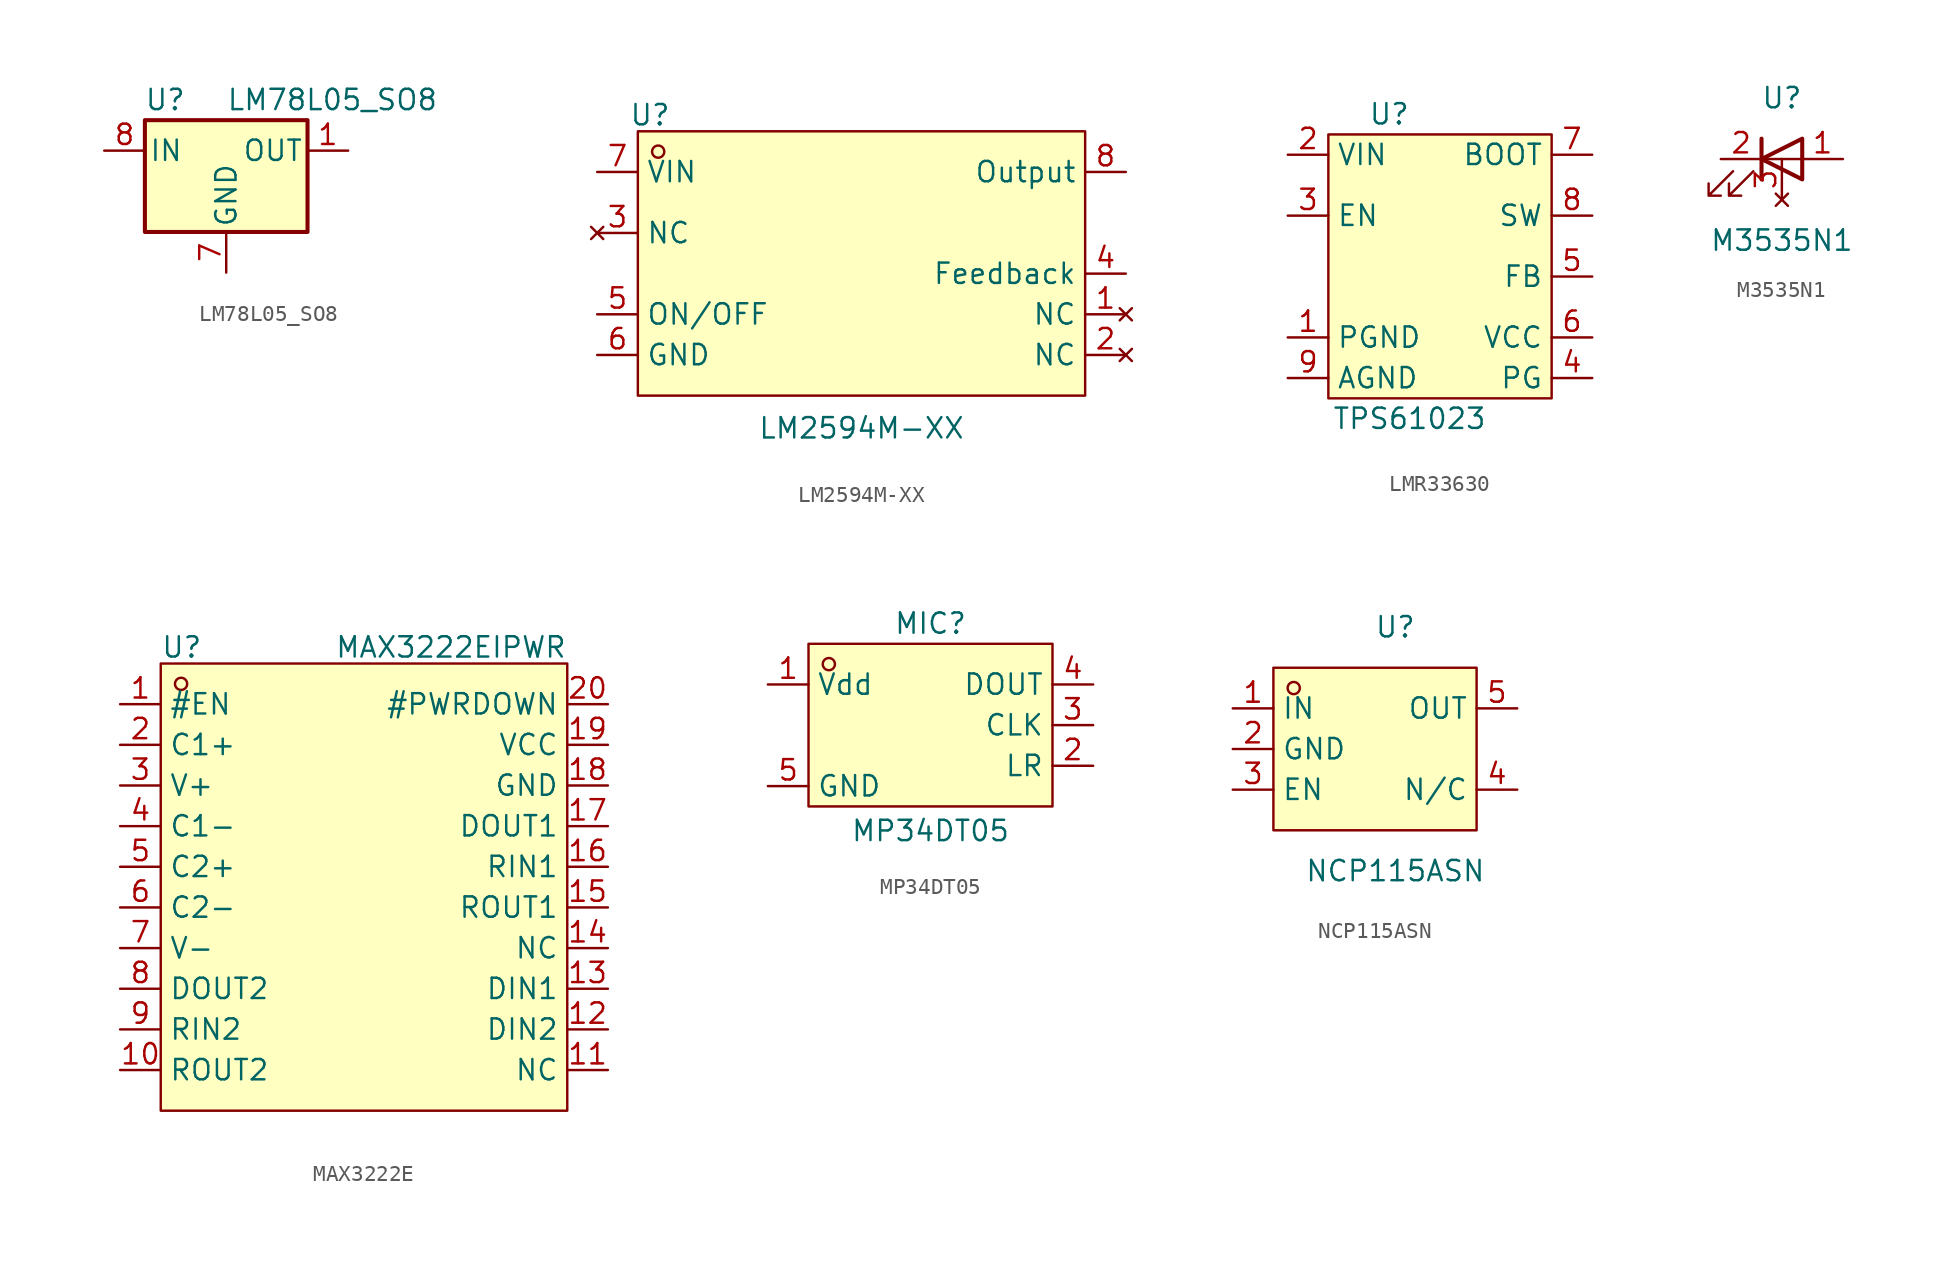
<source format=kicad_sym>
(kicad_symbol_lib
  (version 20241209)
  (generator "kicad_symbol_editor")
  (generator_version "9.0")
  (symbol "LM78L05_SO8"
    (pin_names
      (offset 0.254))
    (property "Reference" "U"
      (at -3.81 3.175 0)
      (effects (font (size 1.27 1.27))))
    (property "Value" "LM78L05_SO8"
      (at 0 3.175 0)
      (effects (font (size 1.27 1.27)) (justify left)))
    (symbol "LM78L05_SO8_0_1"
      (rectangle (start -5.08 1.905) (end 5.08 -5.08) (stroke (width 0.254) (type default)) (fill (type background))))
    (symbol "LM78L05_SO8_1_1"
      (pin power_in line (at -7.62 0 0) (length 2.54) (name "IN" (effects (font (size 1.27 1.27)))) (number "8" (effects (font (size 1.27 1.27)))))
      (pin no_connect line (at -5.08 -2.54 0) (length 2.54) (hide yes) (name "NC" (effects (font (size 1.27 1.27)))) (number "4" (effects (font (size 1.27 1.27)))))
      (pin passive line (at 0 -7.62 90) (length 2.54) (hide yes) (name "GND" (effects (font (size 1.27 1.27)))) (number "2" (effects (font (size 1.27 1.27)))))
      (pin passive line (at 0 -7.62 90) (length 2.54) (hide yes) (name "GND" (effects (font (size 1.27 1.27)))) (number "3" (effects (font (size 1.27 1.27)))))
      (pin passive line (at 0 -7.62 90) (length 2.54) (hide yes) (name "GND" (effects (font (size 1.27 1.27)))) (number "6" (effects (font (size 1.27 1.27)))))
      (pin power_in line (at 0 -7.62 90) (length 2.54) (name "GND" (effects (font (size 1.27 1.27)))) (number "7" (effects (font (size 1.27 1.27)))))
      (pin no_connect line (at 5.08 -2.54 180) (length 2.54) (hide yes) (name "NC" (effects (font (size 1.27 1.27)))) (number "5" (effects (font (size 1.27 1.27)))))
      (pin power_out line (at 7.62 0 180) (length 2.54) (name "OUT" (effects (font (size 1.27 1.27)))) (number "1" (effects (font (size 1.27 1.27)))))))
  (symbol "LM2594M-XX"
    (property "Reference" "U"
      (at -13.208 7.366 0)
      (effects (font (size 1.27 1.27))))
    (property "Value" "LM2594M-XX"
      (at 0 -12.192 0)
      (effects (font (size 1.27 1.27))))
    (symbol "LM2594M-XX_0_1"
      (rectangle (start -13.97 6.35) (end 13.97 -10.16) (stroke (width 0) (type default)) (fill (type background)))
      (circle (center -12.7 5.08) (radius 0.38) (stroke (width 0) (type default)) (fill (type none)))
      (pin no_connect line (at -16.51 0 0) (length 2.54) (name "NC" (effects (font (size 1.27 1.27)))) (number "3" (effects (font (size 1.27 1.27)))))
      (pin unspecified line (at -16.51 -5.08 0) (length 2.54) (name "ON/OFF" (effects (font (size 1.27 1.27)))) (number "5" (effects (font (size 1.27 1.27)))))
      (pin no_connect line (at 16.51 -5.08 180) (length 2.54) (name "NC" (effects (font (size 1.27 1.27)))) (number "1" (effects (font (size 1.27 1.27)))))
      (pin no_connect line (at 16.51 -7.62 180) (length 2.54) (name "NC" (effects (font (size 1.27 1.27)))) (number "2" (effects (font (size 1.27 1.27))))))
    (symbol "LM2594M-XX_1_1"
      (pin power_out line (at -16.51 3.81 0) (length 2.54) (name "VIN" (effects (font (size 1.27 1.27)))) (number "7" (effects (font (size 1.27 1.27)))))
      (pin passive line (at -16.51 -7.62 0) (length 2.54) (name "GND" (effects (font (size 1.27 1.27)))) (number "6" (effects (font (size 1.27 1.27)))))
      (pin power_out line (at 16.51 3.81 180) (length 2.54) (name "Output" (effects (font (size 1.27 1.27)))) (number "8" (effects (font (size 1.27 1.27)))))
      (pin passive line (at 16.51 -2.54 180) (length 2.54) (name "Feedback" (effects (font (size 1.27 1.27)))) (number "4" (effects (font (size 1.27 1.27)))))))
  (symbol "LMR33630"
    (property "Reference" "U"
      (at -2.54 6.35 0)
      (effects (font (size 1.27 1.27))))
    (property "Value" "TPS61023"
      (at -1.27 -12.7 0)
      (effects (font (size 1.27 1.27))))
    (symbol "LMR33630_0_1"
      (rectangle (start -6.35 5.08) (end 7.62 -11.43) (stroke (width 0) (type default)) (fill (type background))))
    (symbol "LMR33630_1_1"
      (pin power_in line (at -8.89 3.81 0) (length 2.54) (name "VIN" (effects (font (size 1.27 1.27)))) (number "2" (effects (font (size 1.27 1.27)))))
      (pin input line (at -8.89 0 0) (length 2.54) (name "EN" (effects (font (size 1.27 1.27)))) (number "3" (effects (font (size 1.27 1.27)))))
      (pin power_in line (at -8.89 -7.62 0) (length 2.54) (name "PGND" (effects (font (size 1.27 1.27)))) (number "1" (effects (font (size 1.27 1.27)))))
      (pin power_in line (at -8.89 -10.16 0) (length 2.54) (name "AGND" (effects (font (size 1.27 1.27)))) (number "9" (effects (font (size 1.27 1.27)))))
      (pin passive line (at 10.16 3.81 180) (length 2.54) (name "BOOT" (effects (font (size 1.27 1.27)))) (number "7" (effects (font (size 1.27 1.27)))))
      (pin passive line (at 10.16 0 180) (length 2.54) (name "SW" (effects (font (size 1.27 1.27)))) (number "8" (effects (font (size 1.27 1.27)))))
      (pin passive line (at 10.16 -3.81 180) (length 2.54) (name "FB" (effects (font (size 1.27 1.27)))) (number "5" (effects (font (size 1.27 1.27)))))
      (pin power_out line (at 10.16 -7.62 180) (length 2.54) (name "VCC" (effects (font (size 1.27 1.27)))) (number "6" (effects (font (size 1.27 1.27)))))
      (pin open_collector line (at 10.16 -10.16 180) (length 2.54) (name "PG" (effects (font (size 1.27 1.27)))) (number "4" (effects (font (size 1.27 1.27)))))))
  (symbol "M3535N1"
    (pin_names
      (hide yes))
    (property "Reference" "U"
      (at 0 3.81 0)
      (effects (font (size 1.27 1.27))))
    (property "Value" "M3535N1"
      (at 0 -5.08 0)
      (effects (font (size 1.27 1.27))))
    (symbol "M3535N1_0_1"
      (polyline (pts (xy -3.048 -0.762) (xy -4.572 -2.286) (xy -3.81 -2.286) (xy -4.572 -2.286) (xy -4.572 -1.524)) (stroke (width 0) (type default)) (fill (type none)))
      (polyline (pts (xy -1.778 -0.762) (xy -3.302 -2.286) (xy -2.54 -2.286) (xy -3.302 -2.286) (xy -3.302 -1.524)) (stroke (width 0) (type default)) (fill (type none)))
      (polyline (pts (xy -1.27 0) (xy 1.27 0)) (stroke (width 0) (type default)) (fill (type none)))
      (polyline (pts (xy -1.27 -1.27) (xy -1.27 1.27)) (stroke (width 0.254) (type default)) (fill (type none)))
      (polyline (pts (xy 1.27 -1.27) (xy 1.27 1.27) (xy -1.27 0) (xy 1.27 -1.27)) (stroke (width 0.254) (type default)) (fill (type none))))
    (symbol "M3535N1_1_1"
      (pin passive line (at -3.81 0 0) (length 2.54) (name "K" (effects (font (size 1.27 1.27)))) (number "2" (effects (font (size 1.27 1.27)))))
      (pin no_connect line (at 0 -2.54 90) (length 2.54) (name "A" (effects (font (size 1.27 1.27)))) (number "3" (effects (font (size 1.27 1.27)))))
      (pin passive line (at 3.81 0 180) (length 2.54) (name "A" (effects (font (size 1.27 1.27)))) (number "1" (effects (font (size 1.27 1.27)))))))
  (symbol "MAX3222E"
    (property "Reference" "U"
      (at -12.7 14.986 0)
      (effects (font (size 1.27 1.27)) (justify left)))
    (property "Value" "MAX3222EIPWR"
      (at 12.7 14.986 0)
      (effects (font (size 1.27 1.27)) (justify right)))
    (symbol "MAX3222E_0_1"
      (rectangle (start -12.7 13.97) (end 12.7 -13.97) (stroke (width 0) (type default)) (fill (type background)))
      (circle (center -11.43 12.7) (radius 0.38) (stroke (width 0) (type default)) (fill (type none)))
      (pin unspecified line (at -15.24 11.43 0) (length 2.54) (name "#EN" (effects (font (size 1.27 1.27)))) (number "1" (effects (font (size 1.27 1.27)))))
      (pin unspecified line (at -15.24 8.89 0) (length 2.54) (name "C1+" (effects (font (size 1.27 1.27)))) (number "2" (effects (font (size 1.27 1.27)))))
      (pin unspecified line (at -15.24 6.35 0) (length 2.54) (name "V+" (effects (font (size 1.27 1.27)))) (number "3" (effects (font (size 1.27 1.27)))))
      (pin unspecified line (at -15.24 3.81 0) (length 2.54) (name "C1−" (effects (font (size 1.27 1.27)))) (number "4" (effects (font (size 1.27 1.27)))))
      (pin unspecified line (at -15.24 1.27 0) (length 2.54) (name "C2+" (effects (font (size 1.27 1.27)))) (number "5" (effects (font (size 1.27 1.27)))))
      (pin unspecified line (at -15.24 -1.27 0) (length 2.54) (name "C2−" (effects (font (size 1.27 1.27)))) (number "6" (effects (font (size 1.27 1.27)))))
      (pin unspecified line (at -15.24 -3.81 0) (length 2.54) (name "V−" (effects (font (size 1.27 1.27)))) (number "7" (effects (font (size 1.27 1.27)))))
      (pin unspecified line (at -15.24 -6.35 0) (length 2.54) (name "DOUT2" (effects (font (size 1.27 1.27)))) (number "8" (effects (font (size 1.27 1.27)))))
      (pin unspecified line (at -15.24 -8.89 0) (length 2.54) (name "RIN2" (effects (font (size 1.27 1.27)))) (number "9" (effects (font (size 1.27 1.27)))))
      (pin unspecified line (at -15.24 -11.43 0) (length 2.54) (name "ROUT2" (effects (font (size 1.27 1.27)))) (number "10" (effects (font (size 1.27 1.27)))))
      (pin unspecified line (at 15.24 11.43 180) (length 2.54) (name "#PWRDOWN" (effects (font (size 1.27 1.27)))) (number "20" (effects (font (size 1.27 1.27)))))
      (pin unspecified line (at 15.24 8.89 180) (length 2.54) (name "VCC" (effects (font (size 1.27 1.27)))) (number "19" (effects (font (size 1.27 1.27)))))
      (pin unspecified line (at 15.24 6.35 180) (length 2.54) (name "GND" (effects (font (size 1.27 1.27)))) (number "18" (effects (font (size 1.27 1.27)))))
      (pin unspecified line (at 15.24 3.81 180) (length 2.54) (name "DOUT1" (effects (font (size 1.27 1.27)))) (number "17" (effects (font (size 1.27 1.27)))))
      (pin unspecified line (at 15.24 1.27 180) (length 2.54) (name "RIN1" (effects (font (size 1.27 1.27)))) (number "16" (effects (font (size 1.27 1.27)))))
      (pin unspecified line (at 15.24 -1.27 180) (length 2.54) (name "ROUT1" (effects (font (size 1.27 1.27)))) (number "15" (effects (font (size 1.27 1.27)))))
      (pin unspecified line (at 15.24 -3.81 180) (length 2.54) (name "NC" (effects (font (size 1.27 1.27)))) (number "14" (effects (font (size 1.27 1.27)))))
      (pin unspecified line (at 15.24 -6.35 180) (length 2.54) (name "DIN1" (effects (font (size 1.27 1.27)))) (number "13" (effects (font (size 1.27 1.27)))))
      (pin unspecified line (at 15.24 -8.89 180) (length 2.54) (name "DIN2" (effects (font (size 1.27 1.27)))) (number "12" (effects (font (size 1.27 1.27)))))
      (pin unspecified line (at 15.24 -11.43 180) (length 2.54) (name "NC" (effects (font (size 1.27 1.27)))) (number "11" (effects (font (size 1.27 1.27)))))))
  (symbol "MP34DT05"
    (property "Reference" "MIC"
      (at 0 6.35 0)
      (effects (font (size 1.27 1.27))))
    (property "Value" "MP34DT05"
      (at 0 -6.604 0)
      (effects (font (size 1.27 1.27))))
    (symbol "MP34DT05_0_1"
      (rectangle (start -7.62 5.08) (end 7.62 -5.08) (stroke (width 0) (type default)) (fill (type background)))
      (circle (center -6.35 3.81) (radius 0.38) (stroke (width 0) (type default)) (fill (type none))))
    (symbol "MP34DT05_1_1"
      (pin power_in line (at -10.16 2.54 0) (length 2.54) (name "Vdd" (effects (font (size 1.27 1.27)))) (number "1" (effects (font (size 1.27 1.27)))))
      (pin power_in line (at -10.16 -3.81 0) (length 2.54) (name "GND" (effects (font (size 1.27 1.27)))) (number "5" (effects (font (size 1.27 1.27)))))
      (pin output line (at 10.16 2.54 180) (length 2.54) (name "DOUT" (effects (font (size 1.27 1.27)))) (number "4" (effects (font (size 1.27 1.27)))))
      (pin input line (at 10.16 0 180) (length 2.54) (name "CLK" (effects (font (size 1.27 1.27)))) (number "3" (effects (font (size 1.27 1.27)))))
      (pin input line (at 10.16 -2.54 180) (length 2.54) (name "LR" (effects (font (size 1.27 1.27)))) (number "2" (effects (font (size 1.27 1.27)))))))
  (symbol "NCP115ASN"
    (property "Reference" "U"
      (at 0 7.62 0)
      (effects (font (size 1.27 1.27))))
    (property "Value" "NCP115ASN"
      (at 0 -7.62 0)
      (effects (font (size 1.27 1.27))))
    (symbol "NCP115ASN_0_1"
      (rectangle (start -7.62 5.08) (end 5.08 -5.08) (stroke (width 0) (type default)) (fill (type background)))
      (circle (center -6.35 3.81) (radius 0.38) (stroke (width 0) (type default)) (fill (type none)))
      (pin unspecified line (at -10.16 2.54 0) (length 2.54) (name "IN" (effects (font (size 1.27 1.27)))) (number "1" (effects (font (size 1.27 1.27)))))
      (pin unspecified line (at -10.16 0 0) (length 2.54) (name "GND" (effects (font (size 1.27 1.27)))) (number "2" (effects (font (size 1.27 1.27)))))
      (pin unspecified line (at -10.16 -2.54 0) (length 2.54) (name "EN" (effects (font (size 1.27 1.27)))) (number "3" (effects (font (size 1.27 1.27)))))
      (pin unspecified line (at 7.62 2.54 180) (length 2.54) (name "OUT" (effects (font (size 1.27 1.27)))) (number "5" (effects (font (size 1.27 1.27)))))
      (pin unspecified line (at 7.62 -2.54 180) (length 2.54) (name "N/C" (effects (font (size 1.27 1.27)))) (number "4" (effects (font (size 1.27 1.27))))))))
</source>
